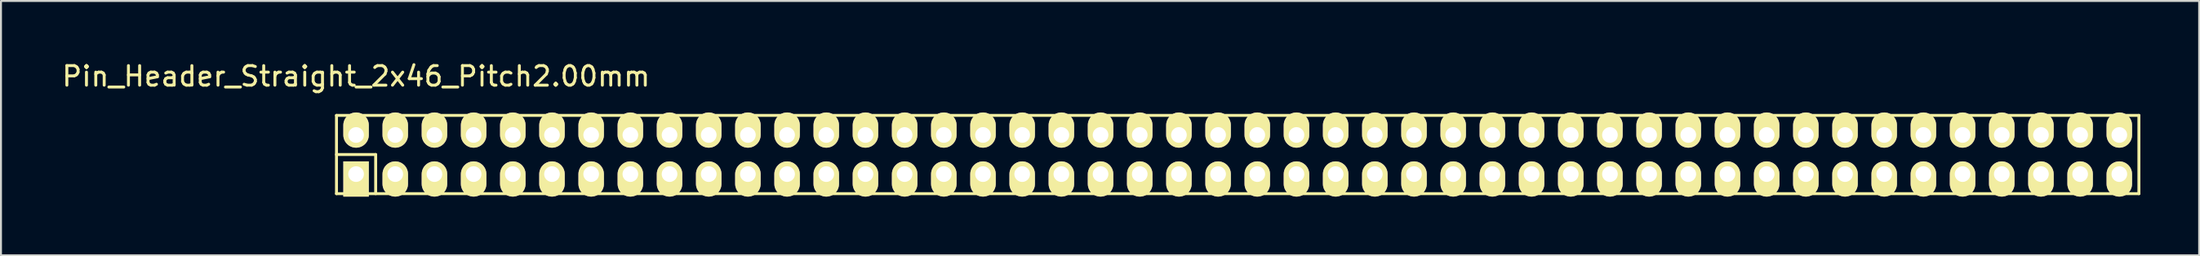
<source format=kicad_pcb>
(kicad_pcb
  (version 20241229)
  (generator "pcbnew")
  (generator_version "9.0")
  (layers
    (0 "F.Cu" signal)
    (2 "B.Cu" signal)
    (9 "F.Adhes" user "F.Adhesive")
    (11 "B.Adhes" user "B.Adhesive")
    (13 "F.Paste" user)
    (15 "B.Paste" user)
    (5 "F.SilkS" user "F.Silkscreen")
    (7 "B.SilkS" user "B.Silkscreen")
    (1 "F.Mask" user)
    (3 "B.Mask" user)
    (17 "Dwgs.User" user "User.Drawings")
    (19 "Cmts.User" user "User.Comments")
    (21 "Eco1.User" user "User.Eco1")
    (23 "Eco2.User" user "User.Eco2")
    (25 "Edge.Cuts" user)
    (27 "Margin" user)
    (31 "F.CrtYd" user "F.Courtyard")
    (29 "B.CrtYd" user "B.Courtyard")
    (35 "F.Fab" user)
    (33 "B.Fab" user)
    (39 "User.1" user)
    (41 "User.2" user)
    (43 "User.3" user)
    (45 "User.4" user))
  (footprint "Pin_Header_Straight_2x46_Pitch2.00mm"
    (layer "F.Cu")
    (at 15.125 5.848)
    (property "Reference" "Pin_Header_Straight_2x46_Pitch2.00mm" (at 0 -5 0) (layer "F.SilkS") (effects (font (size 1 1) (thickness 0.15))))
    (attr through_hole)
    (fp_line (start -1 -3) (end 91 -3) (stroke (width 0.15) (type solid)) (layer "F.SilkS"))
    (fp_line (start -1 -1) (end 1 -1) (stroke (width 0.15) (type solid)) (layer "F.SilkS"))
    (fp_line (start -1 1) (end -1 -3) (stroke (width 0.15) (type solid)) (layer "F.SilkS"))
    (fp_line (start 1 -1) (end 1 1) (stroke (width 0.15) (type solid)) (layer "F.SilkS"))
    (fp_line (start 91 -3) (end 91 1) (stroke (width 0.15) (type solid)) (layer "F.SilkS"))
    (fp_line (start 91 1) (end -1 1) (stroke (width 0.15) (type solid)) (layer "F.SilkS"))
    (pad "1" thru_hole rect (at 0 0) (size 1.3 1.8) (drill 0.8 (offset 0 0.25)) (layers "*.Cu" "*.Mask" "F.SilkS"))
    (pad "2" thru_hole oval (at 0 -2) (size 1.3 1.8) (drill 0.8 (offset 0 -0.25)) (layers "*.Cu" "*.Mask" "F.SilkS"))
    (pad "3" thru_hole oval (at 2 0) (size 1.3 1.8) (drill 0.8 (offset 0 0.25)) (layers "*.Cu" "*.Mask" "F.SilkS"))
    (pad "4" thru_hole oval (at 2 -2) (size 1.3 1.8) (drill 0.8 (offset 0 -0.25)) (layers "*.Cu" "*.Mask" "F.SilkS"))
    (pad "5" thru_hole oval (at 4 0) (size 1.3 1.8) (drill 0.8 (offset 0 0.25)) (layers "*.Cu" "*.Mask" "F.SilkS"))
    (pad "6" thru_hole oval (at 4 -2) (size 1.3 1.8) (drill 0.8 (offset 0 -0.25)) (layers "*.Cu" "*.Mask" "F.SilkS"))
    (pad "7" thru_hole oval (at 6 0) (size 1.3 1.8) (drill 0.8 (offset 0 0.25)) (layers "*.Cu" "*.Mask" "F.SilkS"))
    (pad "8" thru_hole oval (at 6 -2) (size 1.3 1.8) (drill 0.8 (offset 0 -0.25)) (layers "*.Cu" "*.Mask" "F.SilkS"))
    (pad "9" thru_hole oval (at 8 0) (size 1.3 1.8) (drill 0.8 (offset 0 0.25)) (layers "*.Cu" "*.Mask" "F.SilkS"))
    (pad "10" thru_hole oval (at 8 -2) (size 1.3 1.8) (drill 0.8 (offset 0 -0.25)) (layers "*.Cu" "*.Mask" "F.SilkS"))
    (pad "11" thru_hole oval (at 10 0) (size 1.3 1.8) (drill 0.8 (offset 0 0.25)) (layers "*.Cu" "*.Mask" "F.SilkS"))
    (pad "12" thru_hole oval (at 10 -2) (size 1.3 1.8) (drill 0.8 (offset 0 -0.25)) (layers "*.Cu" "*.Mask" "F.SilkS"))
    (pad "13" thru_hole oval (at 12 0) (size 1.3 1.8) (drill 0.8 (offset 0 0.25)) (layers "*.Cu" "*.Mask" "F.SilkS"))
    (pad "14" thru_hole oval (at 12 -2) (size 1.3 1.8) (drill 0.8 (offset 0 -0.25)) (layers "*.Cu" "*.Mask" "F.SilkS"))
    (pad "15" thru_hole oval (at 14 0) (size 1.3 1.8) (drill 0.8 (offset 0 0.25)) (layers "*.Cu" "*.Mask" "F.SilkS"))
    (pad "16" thru_hole oval (at 14 -2) (size 1.3 1.8) (drill 0.8 (offset 0 -0.25)) (layers "*.Cu" "*.Mask" "F.SilkS"))
    (pad "17" thru_hole oval (at 16 0) (size 1.3 1.8) (drill 0.8 (offset 0 0.25)) (layers "*.Cu" "*.Mask" "F.SilkS"))
    (pad "18" thru_hole oval (at 16 -2) (size 1.3 1.8) (drill 0.8 (offset 0 -0.25)) (layers "*.Cu" "*.Mask" "F.SilkS"))
    (pad "19" thru_hole oval (at 18 0) (size 1.3 1.8) (drill 0.8 (offset 0 0.25)) (layers "*.Cu" "*.Mask" "F.SilkS"))
    (pad "20" thru_hole oval (at 18 -2) (size 1.3 1.8) (drill 0.8 (offset 0 -0.25)) (layers "*.Cu" "*.Mask" "F.SilkS"))
    (pad "21" thru_hole oval (at 20 0) (size 1.3 1.8) (drill 0.8 (offset 0 0.25)) (layers "*.Cu" "*.Mask" "F.SilkS"))
    (pad "22" thru_hole oval (at 20 -2) (size 1.3 1.8) (drill 0.8 (offset 0 -0.25)) (layers "*.Cu" "*.Mask" "F.SilkS"))
    (pad "23" thru_hole oval (at 22 0) (size 1.3 1.8) (drill 0.8 (offset 0 0.25)) (layers "*.Cu" "*.Mask" "F.SilkS"))
    (pad "24" thru_hole oval (at 22 -2) (size 1.3 1.8) (drill 0.8 (offset 0 -0.25)) (layers "*.Cu" "*.Mask" "F.SilkS"))
    (pad "25" thru_hole oval (at 24 0) (size 1.3 1.8) (drill 0.8 (offset 0 0.25)) (layers "*.Cu" "*.Mask" "F.SilkS"))
    (pad "26" thru_hole oval (at 24 -2) (size 1.3 1.8) (drill 0.8 (offset 0 -0.25)) (layers "*.Cu" "*.Mask" "F.SilkS"))
    (pad "27" thru_hole oval (at 26 0) (size 1.3 1.8) (drill 0.8 (offset 0 0.25)) (layers "*.Cu" "*.Mask" "F.SilkS"))
    (pad "28" thru_hole oval (at 26 -2) (size 1.3 1.8) (drill 0.8 (offset 0 -0.25)) (layers "*.Cu" "*.Mask" "F.SilkS"))
    (pad "29" thru_hole oval (at 28 0) (size 1.3 1.8) (drill 0.8 (offset 0 0.25)) (layers "*.Cu" "*.Mask" "F.SilkS"))
    (pad "30" thru_hole oval (at 28 -2) (size 1.3 1.8) (drill 0.8 (offset 0 -0.25)) (layers "*.Cu" "*.Mask" "F.SilkS"))
    (pad "31" thru_hole oval (at 30 0) (size 1.3 1.8) (drill 0.8 (offset 0 0.25)) (layers "*.Cu" "*.Mask" "F.SilkS"))
    (pad "32" thru_hole oval (at 30 -2) (size 1.3 1.8) (drill 0.8 (offset 0 -0.25)) (layers "*.Cu" "*.Mask" "F.SilkS"))
    (pad "33" thru_hole oval (at 32 0) (size 1.3 1.8) (drill 0.8 (offset 0 0.25)) (layers "*.Cu" "*.Mask" "F.SilkS"))
    (pad "34" thru_hole oval (at 32 -2) (size 1.3 1.8) (drill 0.8 (offset 0 -0.25)) (layers "*.Cu" "*.Mask" "F.SilkS"))
    (pad "35" thru_hole oval (at 34 0) (size 1.3 1.8) (drill 0.8 (offset 0 0.25)) (layers "*.Cu" "*.Mask" "F.SilkS"))
    (pad "36" thru_hole oval (at 34 -2) (size 1.3 1.8) (drill 0.8 (offset 0 -0.25)) (layers "*.Cu" "*.Mask" "F.SilkS"))
    (pad "37" thru_hole oval (at 36 0) (size 1.3 1.8) (drill 0.8 (offset 0 0.25)) (layers "*.Cu" "*.Mask" "F.SilkS"))
    (pad "38" thru_hole oval (at 36 -2) (size 1.3 1.8) (drill 0.8 (offset 0 -0.25)) (layers "*.Cu" "*.Mask" "F.SilkS"))
    (pad "39" thru_hole oval (at 38 0) (size 1.3 1.8) (drill 0.8 (offset 0 0.25)) (layers "*.Cu" "*.Mask" "F.SilkS"))
    (pad "40" thru_hole oval (at 38 -2) (size 1.3 1.8) (drill 0.8 (offset 0 -0.25)) (layers "*.Cu" "*.Mask" "F.SilkS"))
    (pad "41" thru_hole oval (at 40 0) (size 1.3 1.8) (drill 0.8 (offset 0 0.25)) (layers "*.Cu" "*.Mask" "F.SilkS"))
    (pad "42" thru_hole oval (at 40 -2) (size 1.3 1.8) (drill 0.8 (offset 0 -0.25)) (layers "*.Cu" "*.Mask" "F.SilkS"))
    (pad "43" thru_hole oval (at 42 0) (size 1.3 1.8) (drill 0.8 (offset 0 0.25)) (layers "*.Cu" "*.Mask" "F.SilkS"))
    (pad "44" thru_hole oval (at 42 -2) (size 1.3 1.8) (drill 0.8 (offset 0 -0.25)) (layers "*.Cu" "*.Mask" "F.SilkS"))
    (pad "45" thru_hole oval (at 44 0) (size 1.3 1.8) (drill 0.8 (offset 0 0.25)) (layers "*.Cu" "*.Mask" "F.SilkS"))
    (pad "46" thru_hole oval (at 44 -2) (size 1.3 1.8) (drill 0.8 (offset 0 -0.25)) (layers "*.Cu" "*.Mask" "F.SilkS"))
    (pad "47" thru_hole oval (at 46 0) (size 1.3 1.8) (drill 0.8 (offset 0 0.25)) (layers "*.Cu" "*.Mask" "F.SilkS"))
    (pad "48" thru_hole oval (at 46 -2) (size 1.3 1.8) (drill 0.8 (offset 0 -0.25)) (layers "*.Cu" "*.Mask" "F.SilkS"))
    (pad "49" thru_hole oval (at 48 0) (size 1.3 1.8) (drill 0.8 (offset 0 0.25)) (layers "*.Cu" "*.Mask" "F.SilkS"))
    (pad "50" thru_hole oval (at 48 -2) (size 1.3 1.8) (drill 0.8 (offset 0 -0.25)) (layers "*.Cu" "*.Mask" "F.SilkS"))
    (pad "51" thru_hole oval (at 50 0) (size 1.3 1.8) (drill 0.8 (offset 0 0.25)) (layers "*.Cu" "*.Mask" "F.SilkS"))
    (pad "52" thru_hole oval (at 50 -2) (size 1.3 1.8) (drill 0.8 (offset 0 -0.25)) (layers "*.Cu" "*.Mask" "F.SilkS"))
    (pad "53" thru_hole oval (at 52 0) (size 1.3 1.8) (drill 0.8 (offset 0 0.25)) (layers "*.Cu" "*.Mask" "F.SilkS"))
    (pad "54" thru_hole oval (at 52 -2) (size 1.3 1.8) (drill 0.8 (offset 0 -0.25)) (layers "*.Cu" "*.Mask" "F.SilkS"))
    (pad "55" thru_hole oval (at 54 0) (size 1.3 1.8) (drill 0.8 (offset 0 0.25)) (layers "*.Cu" "*.Mask" "F.SilkS"))
    (pad "56" thru_hole oval (at 54 -2) (size 1.3 1.8) (drill 0.8 (offset 0 -0.25)) (layers "*.Cu" "*.Mask" "F.SilkS"))
    (pad "57" thru_hole oval (at 56 0) (size 1.3 1.8) (drill 0.8 (offset 0 0.25)) (layers "*.Cu" "*.Mask" "F.SilkS"))
    (pad "58" thru_hole oval (at 56 -2) (size 1.3 1.8) (drill 0.8 (offset 0 -0.25)) (layers "*.Cu" "*.Mask" "F.SilkS"))
    (pad "59" thru_hole oval (at 58 0) (size 1.3 1.8) (drill 0.8 (offset 0 0.25)) (layers "*.Cu" "*.Mask" "F.SilkS"))
    (pad "60" thru_hole oval (at 58 -2) (size 1.3 1.8) (drill 0.8 (offset 0 -0.25)) (layers "*.Cu" "*.Mask" "F.SilkS"))
    (pad "61" thru_hole oval (at 60 0) (size 1.3 1.8) (drill 0.8 (offset 0 0.25)) (layers "*.Cu" "*.Mask" "F.SilkS"))
    (pad "62" thru_hole oval (at 60 -2) (size 1.3 1.8) (drill 0.8 (offset 0 -0.25)) (layers "*.Cu" "*.Mask" "F.SilkS"))
    (pad "63" thru_hole oval (at 62 0) (size 1.3 1.8) (drill 0.8 (offset 0 0.25)) (layers "*.Cu" "*.Mask" "F.SilkS"))
    (pad "64" thru_hole oval (at 62 -2) (size 1.3 1.8) (drill 0.8 (offset 0 -0.25)) (layers "*.Cu" "*.Mask" "F.SilkS"))
    (pad "65" thru_hole oval (at 64 0) (size 1.3 1.8) (drill 0.8 (offset 0 0.25)) (layers "*.Cu" "*.Mask" "F.SilkS"))
    (pad "66" thru_hole oval (at 64 -2) (size 1.3 1.8) (drill 0.8 (offset 0 -0.25)) (layers "*.Cu" "*.Mask" "F.SilkS"))
    (pad "67" thru_hole oval (at 66 0) (size 1.3 1.8) (drill 0.8 (offset 0 0.25)) (layers "*.Cu" "*.Mask" "F.SilkS"))
    (pad "68" thru_hole oval (at 66 -2) (size 1.3 1.8) (drill 0.8 (offset 0 -0.25)) (layers "*.Cu" "*.Mask" "F.SilkS"))
    (pad "69" thru_hole oval (at 68 0) (size 1.3 1.8) (drill 0.8 (offset 0 0.25)) (layers "*.Cu" "*.Mask" "F.SilkS"))
    (pad "70" thru_hole oval (at 68 -2) (size 1.3 1.8) (drill 0.8 (offset 0 -0.25)) (layers "*.Cu" "*.Mask" "F.SilkS"))
    (pad "71" thru_hole oval (at 70 0) (size 1.3 1.8) (drill 0.8 (offset 0 0.25)) (layers "*.Cu" "*.Mask" "F.SilkS"))
    (pad "72" thru_hole oval (at 70 -2) (size 1.3 1.8) (drill 0.8 (offset 0 -0.25)) (layers "*.Cu" "*.Mask" "F.SilkS"))
    (pad "73" thru_hole oval (at 72 0) (size 1.3 1.8) (drill 0.8 (offset 0 0.25)) (layers "*.Cu" "*.Mask" "F.SilkS"))
    (pad "74" thru_hole oval (at 72 -2) (size 1.3 1.8) (drill 0.8 (offset 0 -0.25)) (layers "*.Cu" "*.Mask" "F.SilkS"))
    (pad "75" thru_hole oval (at 74 0) (size 1.3 1.8) (drill 0.8 (offset 0 0.25)) (layers "*.Cu" "*.Mask" "F.SilkS"))
    (pad "76" thru_hole oval (at 74 -2) (size 1.3 1.8) (drill 0.8 (offset 0 -0.25)) (layers "*.Cu" "*.Mask" "F.SilkS"))
    (pad "77" thru_hole oval (at 76 0) (size 1.3 1.8) (drill 0.8 (offset 0 0.25)) (layers "*.Cu" "*.Mask" "F.SilkS"))
    (pad "78" thru_hole oval (at 76 -2) (size 1.3 1.8) (drill 0.8 (offset 0 -0.25)) (layers "*.Cu" "*.Mask" "F.SilkS"))
    (pad "79" thru_hole oval (at 78 0) (size 1.3 1.8) (drill 0.8 (offset 0 0.25)) (layers "*.Cu" "*.Mask" "F.SilkS"))
    (pad "80" thru_hole oval (at 78 -2) (size 1.3 1.8) (drill 0.8 (offset 0 -0.25)) (layers "*.Cu" "*.Mask" "F.SilkS"))
    (pad "81" thru_hole oval (at 80 0) (size 1.3 1.8) (drill 0.8 (offset 0 0.25)) (layers "*.Cu" "*.Mask" "F.SilkS"))
    (pad "82" thru_hole oval (at 80 -2) (size 1.3 1.8) (drill 0.8 (offset 0 -0.25)) (layers "*.Cu" "*.Mask" "F.SilkS"))
    (pad "83" thru_hole oval (at 82 0) (size 1.3 1.8) (drill 0.8 (offset 0 0.25)) (layers "*.Cu" "*.Mask" "F.SilkS"))
    (pad "84" thru_hole oval (at 82 -2) (size 1.3 1.8) (drill 0.8 (offset 0 -0.25)) (layers "*.Cu" "*.Mask" "F.SilkS"))
    (pad "85" thru_hole oval (at 84 0) (size 1.3 1.8) (drill 0.8 (offset 0 0.25)) (layers "*.Cu" "*.Mask" "F.SilkS"))
    (pad "86" thru_hole oval (at 84 -2) (size 1.3 1.8) (drill 0.8 (offset 0 -0.25)) (layers "*.Cu" "*.Mask" "F.SilkS"))
    (pad "87" thru_hole oval (at 86 0) (size 1.3 1.8) (drill 0.8 (offset 0 0.25)) (layers "*.Cu" "*.Mask" "F.SilkS"))
    (pad "88" thru_hole oval (at 86 -2) (size 1.3 1.8) (drill 0.8 (offset 0 -0.25)) (layers "*.Cu" "*.Mask" "F.SilkS"))
    (pad "89" thru_hole oval (at 88 0) (size 1.3 1.8) (drill 0.8 (offset 0 0.25)) (layers "*.Cu" "*.Mask" "F.SilkS"))
    (pad "90" thru_hole oval (at 88 -2) (size 1.3 1.8) (drill 0.8 (offset 0 -0.25)) (layers "*.Cu" "*.Mask" "F.SilkS"))
    (pad "91" thru_hole oval (at 90 0) (size 1.3 1.8) (drill 0.8 (offset 0 0.25)) (layers "*.Cu" "*.Mask" "F.SilkS"))
    (pad "92" thru_hole oval (at 90 -2) (size 1.3 1.8) (drill 0.8 (offset 0 -0.25)) (layers "*.Cu" "*.Mask" "F.SilkS")))
  (gr_rect
    (start -3 -3)
    (end 109.2 9.998)
    (stroke (width 0.1) (type default))
    (fill no)
    (layer "Edge.Cuts")))
</source>
